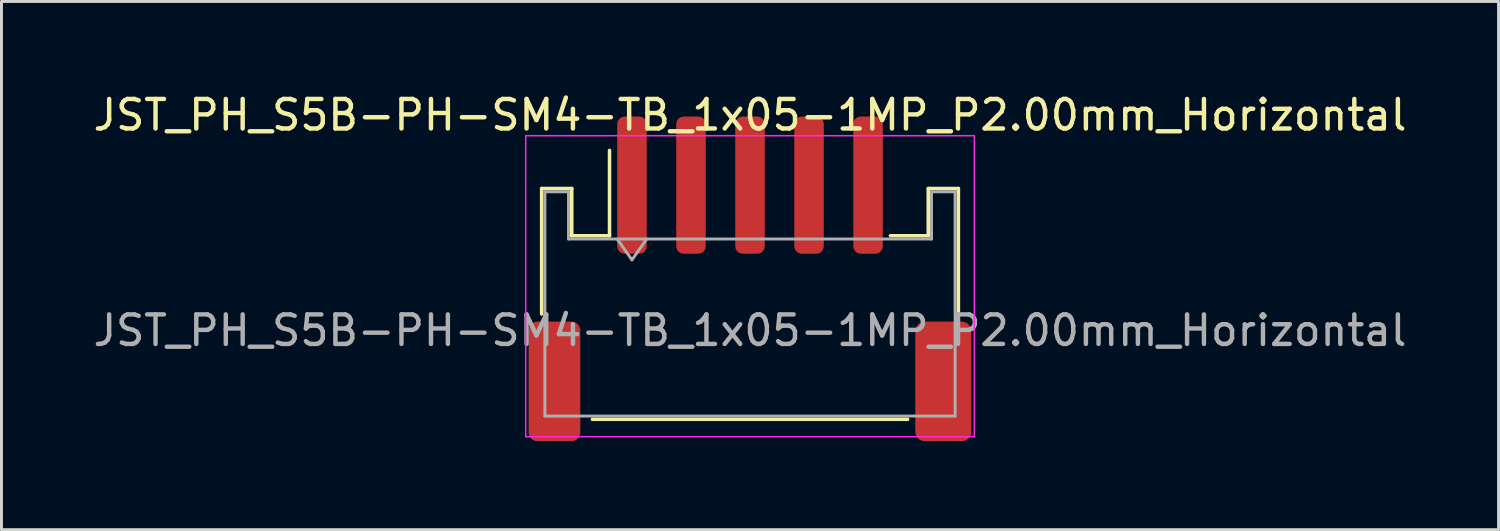
<source format=kicad_pcb>
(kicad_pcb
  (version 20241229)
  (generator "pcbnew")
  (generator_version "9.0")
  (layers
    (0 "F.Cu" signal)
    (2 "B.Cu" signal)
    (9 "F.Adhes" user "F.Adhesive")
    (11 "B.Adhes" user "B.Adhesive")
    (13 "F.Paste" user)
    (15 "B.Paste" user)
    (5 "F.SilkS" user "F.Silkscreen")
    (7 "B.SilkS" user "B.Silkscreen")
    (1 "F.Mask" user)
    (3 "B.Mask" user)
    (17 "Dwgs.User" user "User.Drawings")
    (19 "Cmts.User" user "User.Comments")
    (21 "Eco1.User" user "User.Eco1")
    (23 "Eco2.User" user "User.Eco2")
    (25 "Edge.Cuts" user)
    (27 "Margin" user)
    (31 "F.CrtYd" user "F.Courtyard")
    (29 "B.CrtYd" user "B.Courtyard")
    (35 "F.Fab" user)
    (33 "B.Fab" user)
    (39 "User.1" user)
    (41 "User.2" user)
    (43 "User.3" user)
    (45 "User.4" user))
  (footprint "JST_PH_S5B-PH-SM4-TB_1x05-1MP_P2.00mm_Horizontal"
    (layer "F.Cu")
    (at 22.363 6.648)
    (property "Reference" "JST_PH_S5B-PH-SM4-TB_1x05-1MP_P2.00mm_Horizontal" (at 0 -5.8 0) (layer "F.SilkS") (effects (font (size 1 1) (thickness 0.15))))
    (attr smd)
    (fp_line (start -7.06 -3.31) (end -6.04 -3.31) (stroke (width 0.12) (type solid)) (layer "F.SilkS"))
    (fp_line (start -7.06 0.94) (end -7.06 -3.31) (stroke (width 0.12) (type solid)) (layer "F.SilkS"))
    (fp_line (start -6.04 -3.31) (end -6.04 -1.71) (stroke (width 0.12) (type solid)) (layer "F.SilkS"))
    (fp_line (start -6.04 -1.71) (end -4.76 -1.71) (stroke (width 0.12) (type solid)) (layer "F.SilkS"))
    (fp_line (start -5.34 4.51) (end 5.34 4.51) (stroke (width 0.12) (type solid)) (layer "F.SilkS"))
    (fp_line (start -4.76 -1.71) (end -4.76 -4.6) (stroke (width 0.12) (type solid)) (layer "F.SilkS"))
    (fp_line (start 6.04 -3.31) (end 6.04 -1.71) (stroke (width 0.12) (type solid)) (layer "F.SilkS"))
    (fp_line (start 6.04 -1.71) (end 4.76 -1.71) (stroke (width 0.12) (type solid)) (layer "F.SilkS"))
    (fp_line (start 7.06 -3.31) (end 6.04 -3.31) (stroke (width 0.12) (type solid)) (layer "F.SilkS"))
    (fp_line (start 7.06 0.94) (end 7.06 -3.31) (stroke (width 0.12) (type solid)) (layer "F.SilkS"))
    (fp_line (start -7.6 -5.1) (end -7.6 5.1) (stroke (width 0.05) (type solid)) (layer "F.CrtYd"))
    (fp_line (start -7.6 5.1) (end 7.6 5.1) (stroke (width 0.05) (type solid)) (layer "F.CrtYd"))
    (fp_line (start 7.6 -5.1) (end -7.6 -5.1) (stroke (width 0.05) (type solid)) (layer "F.CrtYd"))
    (fp_line (start 7.6 5.1) (end 7.6 -5.1) (stroke (width 0.05) (type solid)) (layer "F.CrtYd"))
    (fp_line (start -6.95 -3.2) (end -6.95 4.4) (stroke (width 0.1) (type solid)) (layer "F.Fab"))
    (fp_line (start -6.95 -3.2) (end -6.15 -3.2) (stroke (width 0.1) (type solid)) (layer "F.Fab"))
    (fp_line (start -6.95 4.4) (end 6.95 4.4) (stroke (width 0.1) (type solid)) (layer "F.Fab"))
    (fp_line (start -6.15 -3.2) (end -6.15 -1.6) (stroke (width 0.1) (type solid)) (layer "F.Fab"))
    (fp_line (start -6.15 -1.6) (end 6.15 -1.6) (stroke (width 0.1) (type solid)) (layer "F.Fab"))
    (fp_line (start -4.5 -1.6) (end -4 -0.893) (stroke (width 0.1) (type solid)) (layer "F.Fab"))
    (fp_line (start -4 -0.893) (end -3.5 -1.6) (stroke (width 0.1) (type solid)) (layer "F.Fab"))
    (fp_line (start 6.15 -3.2) (end 6.95 -3.2) (stroke (width 0.1) (type solid)) (layer "F.Fab"))
    (fp_line (start 6.15 -1.6) (end 6.15 -3.2) (stroke (width 0.1) (type solid)) (layer "F.Fab"))
    (fp_line (start 6.95 -3.2) (end 6.95 4.4) (stroke (width 0.1) (type solid)) (layer "F.Fab"))
    (fp_text user "${REFERENCE}" (at 0 1.5 0) (layer "F.Fab") (effects (font (size 1 1) (thickness 0.15))))
    (pad "1" smd roundrect (at -4 -3.425) (size 1 4.65) (layers "F.Cu" "F.Mask" "F.Paste") (roundrect_rratio 0.25))
    (pad "2" smd roundrect (at -2 -3.425) (size 1 4.65) (layers "F.Cu" "F.Mask" "F.Paste") (roundrect_rratio 0.25))
    (pad "3" smd roundrect (at 0 -3.425) (size 1 4.65) (layers "F.Cu" "F.Mask" "F.Paste") (roundrect_rratio 0.25))
    (pad "4" smd roundrect (at 2 -3.425) (size 1 4.65) (layers "F.Cu" "F.Mask" "F.Paste") (roundrect_rratio 0.25))
    (pad "5" smd roundrect (at 4 -3.425) (size 1 4.65) (layers "F.Cu" "F.Mask" "F.Paste") (roundrect_rratio 0.25))
    (pad "MP" smd roundrect (at -6.625 3.225) (size 1.75 4.05) (layers "F.Cu" "F.Mask" "F.Paste") (roundrect_rratio 0.167))
    (pad "MP" smd roundrect (at 6.55 3.225) (size 1.9 4.05) (layers "F.Cu" "F.Mask" "F.Paste") (roundrect_rratio 0.167)))
  (gr_rect
    (start -3 -3)
    (end 47.726 14.898)
    (stroke (width 0.1) (type default))
    (fill no)
    (layer "Edge.Cuts")))
</source>
